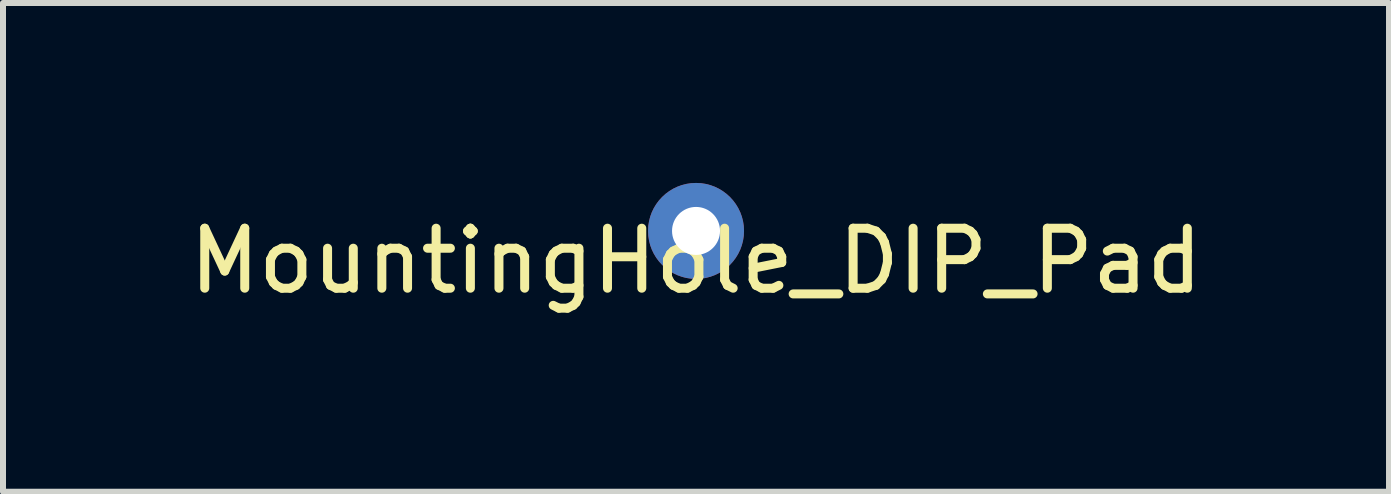
<source format=kicad_pcb>
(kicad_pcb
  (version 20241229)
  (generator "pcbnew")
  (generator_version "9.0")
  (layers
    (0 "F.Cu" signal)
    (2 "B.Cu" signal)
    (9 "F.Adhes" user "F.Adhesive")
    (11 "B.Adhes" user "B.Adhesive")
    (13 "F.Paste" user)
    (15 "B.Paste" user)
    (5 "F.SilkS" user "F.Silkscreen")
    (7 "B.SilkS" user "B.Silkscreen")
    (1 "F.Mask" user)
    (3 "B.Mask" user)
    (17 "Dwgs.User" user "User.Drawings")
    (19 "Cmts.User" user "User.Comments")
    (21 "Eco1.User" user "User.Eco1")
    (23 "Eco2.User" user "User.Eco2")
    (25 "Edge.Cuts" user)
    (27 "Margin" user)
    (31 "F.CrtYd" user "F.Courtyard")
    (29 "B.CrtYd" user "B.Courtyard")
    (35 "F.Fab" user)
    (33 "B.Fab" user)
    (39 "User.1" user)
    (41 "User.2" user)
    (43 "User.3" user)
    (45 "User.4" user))
  (footprint "MountingHole_DIP_Pad"
    (layer "F.Cu")
    (at 8.554 0.8)
    (property "Reference" "MountingHole_DIP_Pad" (at 0 0.5 0) (layer "F.SilkS") (effects (font (size 1 1) (thickness 0.15))))
    (attr through_hole)
    (pad "1" thru_hole circle (at 0 0) (size 1.6 1.6) (drill 0.8) (layers "*.Cu" "*.Mask")))
  (gr_rect
    (start -3 -3)
    (end 20.107 5.148)
    (stroke (width 0.1) (type default))
    (fill no)
    (layer "Edge.Cuts")))
</source>
